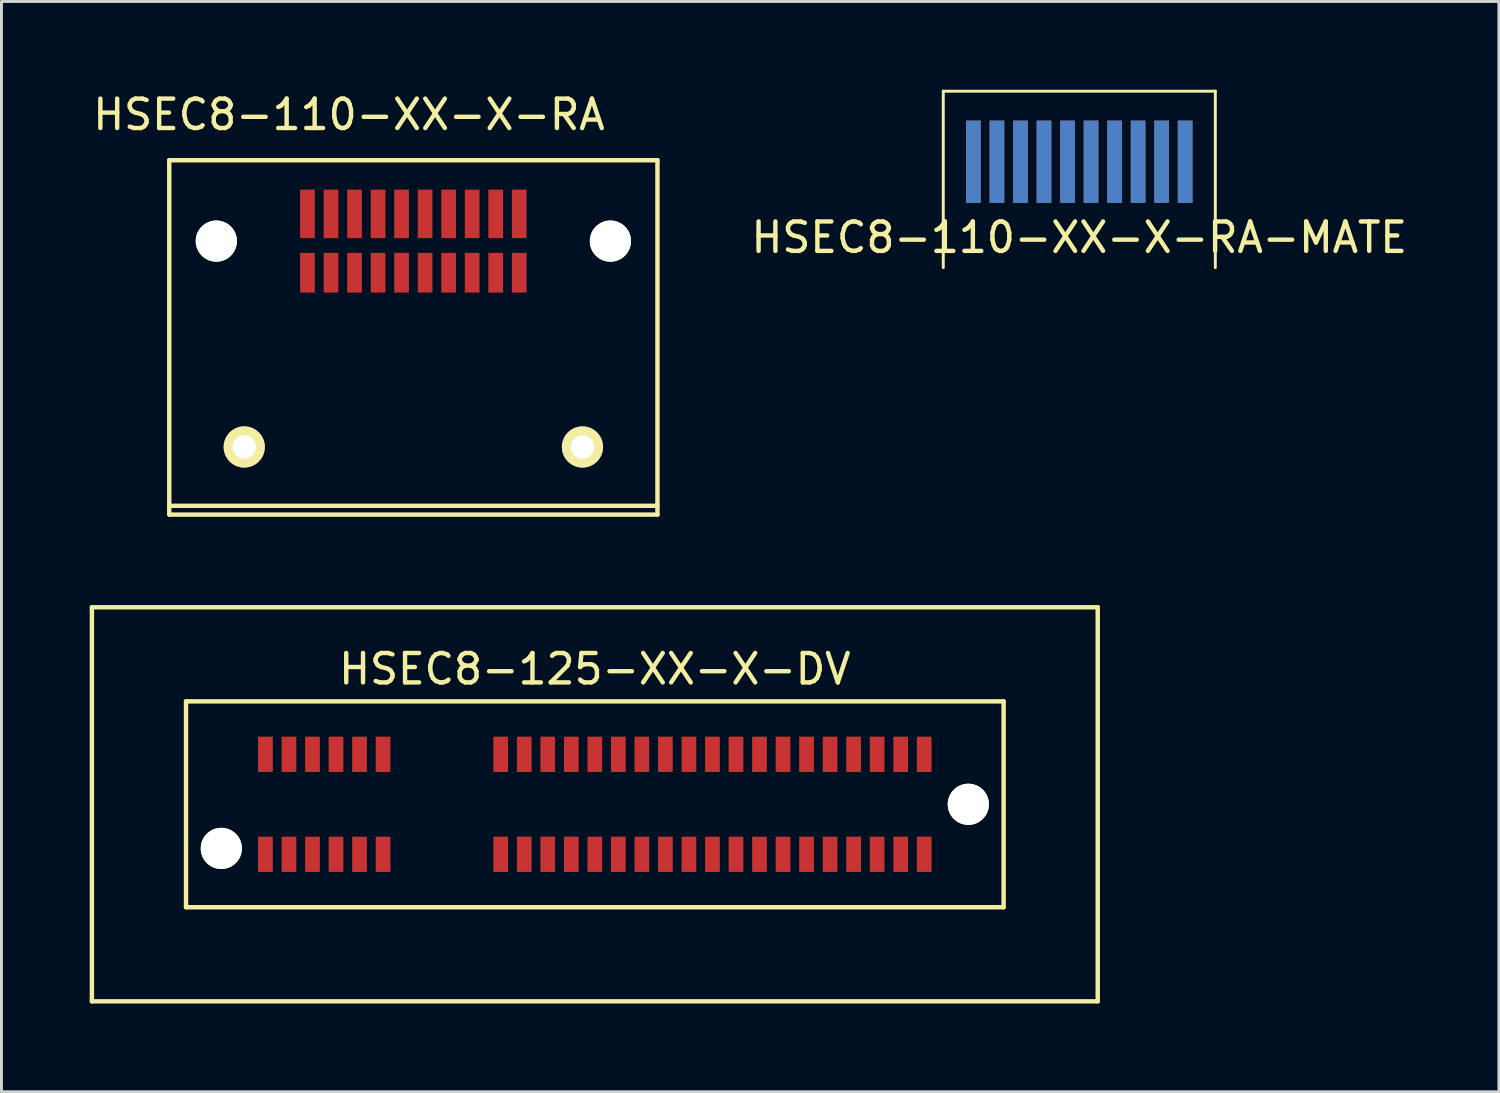
<source format=kicad_pcb>
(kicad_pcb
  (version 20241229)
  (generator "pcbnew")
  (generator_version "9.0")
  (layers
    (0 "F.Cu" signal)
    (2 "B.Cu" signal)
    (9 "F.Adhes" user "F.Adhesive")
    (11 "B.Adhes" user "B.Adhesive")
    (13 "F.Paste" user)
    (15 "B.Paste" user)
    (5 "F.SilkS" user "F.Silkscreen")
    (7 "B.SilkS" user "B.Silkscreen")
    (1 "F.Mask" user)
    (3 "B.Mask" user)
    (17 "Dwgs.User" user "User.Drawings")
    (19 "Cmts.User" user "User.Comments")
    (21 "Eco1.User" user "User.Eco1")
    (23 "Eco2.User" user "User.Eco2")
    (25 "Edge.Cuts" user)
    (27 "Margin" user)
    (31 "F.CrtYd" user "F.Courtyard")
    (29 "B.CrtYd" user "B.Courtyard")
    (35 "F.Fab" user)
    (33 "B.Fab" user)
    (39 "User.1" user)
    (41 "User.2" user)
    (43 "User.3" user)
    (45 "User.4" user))
  (footprint "HSEC8-110-XX-X-RA-MATE"
    (layer "F.Cu")
    (at 33.648 3.85)
    (property "Reference" "HSEC8-110-XX-X-RA-MATE" (at 0 1.175 0) (layer "F.SilkS") (effects (font (size 1 1) (thickness 0.15))))
    (attr through_hole)
    (fp_line (start -4.625 -3.8) (end -4.625 2.2) (stroke (width 0.1) (type solid)) (layer "F.SilkS"))
    (fp_line (start -4.625 -3.8) (end 4.625 -3.8) (stroke (width 0.1) (type solid)) (layer "F.SilkS"))
    (fp_line (start 4.625 -3.8) (end 4.625 2.2) (stroke (width 0.1) (type solid)) (layer "F.SilkS"))
    (pad "1" smd rect (at -3.6 -1.4) (size 0.5 2.8) (layers "B.Cu" "B.Mask" "B.Paste"))
    (pad "2" smd rect (at -3.6 -1.4) (size 0.5 2.8) (layers "F.Cu" "F.Mask" "F.Paste"))
    (pad "3" smd rect (at -2.8 -1.4) (size 0.5 2.8) (layers "B.Cu" "B.Mask" "B.Paste"))
    (pad "4" smd rect (at -2.8 -1.4) (size 0.5 2.8) (layers "F.Cu" "F.Mask" "F.Paste"))
    (pad "5" smd rect (at -2 -1.4) (size 0.5 2.8) (layers "B.Cu" "B.Mask" "B.Paste"))
    (pad "6" smd rect (at -2 -1.4) (size 0.5 2.8) (layers "F.Cu" "F.Mask" "F.Paste"))
    (pad "7" smd rect (at -1.2 -1.4) (size 0.5 2.8) (layers "B.Cu" "B.Mask" "B.Paste"))
    (pad "8" smd rect (at -1.2 -1.4) (size 0.5 2.8) (layers "F.Cu" "F.Mask" "F.Paste"))
    (pad "9" smd rect (at -0.4 -1.4) (size 0.5 2.8) (layers "B.Cu" "B.Mask" "B.Paste"))
    (pad "10" smd rect (at -0.4 -1.4) (size 0.5 2.8) (layers "F.Cu" "F.Mask" "F.Paste"))
    (pad "11" smd rect (at 0.4 -1.4) (size 0.5 2.8) (layers "B.Cu" "B.Mask" "B.Paste"))
    (pad "12" smd rect (at 0.4 -1.4) (size 0.5 2.8) (layers "F.Cu" "F.Mask" "F.Paste"))
    (pad "13" smd rect (at 1.2 -1.4) (size 0.5 2.8) (layers "B.Cu" "B.Mask" "B.Paste"))
    (pad "14" smd rect (at 1.2 -1.4) (size 0.5 2.8) (layers "F.Cu" "F.Mask" "F.Paste"))
    (pad "15" smd rect (at 2 -1.4) (size 0.5 2.8) (layers "B.Cu" "B.Mask" "B.Paste"))
    (pad "16" smd rect (at 2 -1.4) (size 0.5 2.8) (layers "F.Cu" "F.Mask" "F.Paste"))
    (pad "17" smd rect (at 2.8 -1.4) (size 0.5 2.8) (layers "B.Cu" "B.Mask" "B.Paste"))
    (pad "18" smd rect (at 2.8 -1.4) (size 0.5 2.8) (layers "F.Cu" "F.Mask" "F.Paste"))
    (pad "19" smd rect (at 3.6 -1.4) (size 0.5 2.8) (layers "B.Cu" "B.Mask" "B.Paste"))
    (pad "20" smd rect (at 3.6 -1.4) (size 0.5 2.8) (layers "F.Cu" "F.Mask" "F.Paste")))
  (footprint "HSEC8-110-XX-X-RA"
    (layer "F.Cu")
    (at 11.005 5.148)
    (property "Reference" "HSEC8-110-XX-X-RA" (at -2.19 -4.3 0) (layer "F.SilkS") (effects (font (size 1 1) (thickness 0.15))))
    (attr through_hole)
    (fp_line (start -8.3 -2.75) (end -8.3 9.3) (stroke (width 0.15) (type solid)) (layer "F.SilkS"))
    (fp_line (start -8.3 -2.75) (end 8.3 -2.75) (stroke (width 0.15) (type solid)) (layer "F.SilkS"))
    (fp_line (start -8.3 9) (end 8.3 9) (stroke (width 0.15) (type solid)) (layer "F.SilkS"))
    (fp_line (start -8.3 9.3) (end 8.3 9.3) (stroke (width 0.15) (type solid)) (layer "F.SilkS"))
    (fp_line (start 8.3 9.3) (end 8.3 -2.75) (stroke (width 0.15) (type solid)) (layer "F.SilkS"))
    (pad "" np_thru_hole circle (at -6.7 0) (size 1.4 1.4) (drill 1.4) (layers "*.Cu" "*.Mask" "F.SilkS"))
    (pad "" thru_hole circle (at -5.75 7) (size 1.4 1.4) (drill 0.8) (layers "*.Cu" "*.Mask" "F.SilkS"))
    (pad "" thru_hole circle (at 5.75 7) (size 1.4 1.4) (drill 0.8) (layers "*.Cu" "*.Mask" "F.SilkS"))
    (pad "" np_thru_hole circle (at 6.7 0) (size 1.4 1.4) (drill 1.4) (layers "*.Cu" "*.Mask" "F.SilkS"))
    (pad "1" smd rect (at -3.6 1.075) (size 0.5 1.35) (layers "F.Cu" "F.Mask" "F.Paste"))
    (pad "2" smd rect (at -3.6 -0.925) (size 0.5 1.65) (layers "F.Cu" "F.Mask" "F.Paste"))
    (pad "3" smd rect (at -2.8 1.075) (size 0.5 1.35) (layers "F.Cu" "F.Mask" "F.Paste"))
    (pad "4" smd rect (at -2.8 -0.925) (size 0.5 1.65) (layers "F.Cu" "F.Mask" "F.Paste"))
    (pad "5" smd rect (at -2 1.075) (size 0.5 1.35) (layers "F.Cu" "F.Mask" "F.Paste"))
    (pad "6" smd rect (at -2 -0.925) (size 0.5 1.65) (layers "F.Cu" "F.Mask" "F.Paste"))
    (pad "7" smd rect (at -1.2 1.075) (size 0.5 1.35) (layers "F.Cu" "F.Mask" "F.Paste"))
    (pad "8" smd rect (at -1.2 -0.925) (size 0.5 1.65) (layers "F.Cu" "F.Mask" "F.Paste"))
    (pad "9" smd rect (at -0.4 1.075) (size 0.5 1.35) (layers "F.Cu" "F.Mask" "F.Paste"))
    (pad "10" smd rect (at -0.4 -0.925) (size 0.5 1.65) (layers "F.Cu" "F.Mask" "F.Paste"))
    (pad "11" smd rect (at 0.4 1.075) (size 0.5 1.35) (layers "F.Cu" "F.Mask" "F.Paste"))
    (pad "12" smd rect (at 0.4 -0.925) (size 0.5 1.65) (layers "F.Cu" "F.Mask" "F.Paste"))
    (pad "13" smd rect (at 1.2 1.075) (size 0.5 1.35) (layers "F.Cu" "F.Mask" "F.Paste"))
    (pad "14" smd rect (at 1.2 -0.925) (size 0.5 1.65) (layers "F.Cu" "F.Mask" "F.Paste"))
    (pad "15" smd rect (at 2 1.075) (size 0.5 1.35) (layers "F.Cu" "F.Mask" "F.Paste"))
    (pad "16" smd rect (at 2 -0.925) (size 0.5 1.65) (layers "F.Cu" "F.Mask" "F.Paste"))
    (pad "17" smd rect (at 2.8 1.075) (size 0.5 1.35) (layers "F.Cu" "F.Mask" "F.Paste"))
    (pad "18" smd rect (at 2.8 -0.925) (size 0.5 1.65) (layers "F.Cu" "F.Mask" "F.Paste"))
    (pad "19" smd rect (at 3.6 1.075) (size 0.5 1.35) (layers "F.Cu" "F.Mask" "F.Paste"))
    (pad "20" smd rect (at 3.6 -0.925) (size 0.5 1.65) (layers "F.Cu" "F.Mask" "F.Paste")))
  (footprint "HSEC8-125-XX-X-DV"
    (layer "F.Cu")
    (at 17.175 24.298)
    (property "Reference" "HSEC8-125-XX-X-DV" (at 0 -4.6 0) (layer "F.SilkS") (effects (font (size 1 1) (thickness 0.15))))
    (attr through_hole)
    (fp_line (start -17.1 -6.7) (end -17.1 6.7) (stroke (width 0.15) (type solid)) (layer "F.SilkS"))
    (fp_line (start -17.1 -6.7) (end 17.1 -6.7) (stroke (width 0.15) (type solid)) (layer "F.SilkS"))
    (fp_line (start -17.1 6.7) (end 17.1 6.7) (stroke (width 0.15) (type solid)) (layer "F.SilkS"))
    (fp_line (start -13.9 -3.5) (end -13.9 3.5) (stroke (width 0.15) (type solid)) (layer "F.SilkS"))
    (fp_line (start -13.9 -3.5) (end 13.9 -3.5) (stroke (width 0.15) (type solid)) (layer "F.SilkS"))
    (fp_line (start -13.9 3.5) (end 13.9 3.5) (stroke (width 0.15) (type solid)) (layer "F.SilkS"))
    (fp_line (start 13.9 -3.5) (end 13.9 3.5) (stroke (width 0.15) (type solid)) (layer "F.SilkS"))
    (fp_line (start 17.1 -6.7) (end 17.1 6.7) (stroke (width 0.15) (type solid)) (layer "F.SilkS"))
    (pad "" np_thru_hole circle (at -12.7 1.5) (size 1.4 1.4) (drill 1.4) (layers "*.Cu" "*.Mask" "F.SilkS"))
    (pad "" np_thru_hole circle (at 12.7 0) (size 1.4 1.4) (drill 1.4) (layers "*.Cu" "*.Mask" "F.SilkS"))
    (pad "1" smd rect (at -11.2 1.7) (size 0.5 1.2) (layers "F.Cu" "F.Mask" "F.Paste"))
    (pad "2" smd rect (at -11.2 -1.7) (size 0.5 1.2) (layers "F.Cu" "F.Mask" "F.Paste"))
    (pad "3" smd rect (at -10.4 1.7) (size 0.5 1.2) (layers "F.Cu" "F.Mask" "F.Paste"))
    (pad "4" smd rect (at -10.4 -1.7) (size 0.5 1.2) (layers "F.Cu" "F.Mask" "F.Paste"))
    (pad "5" smd rect (at -9.6 1.7) (size 0.5 1.2) (layers "F.Cu" "F.Mask" "F.Paste"))
    (pad "6" smd rect (at -9.6 -1.7) (size 0.5 1.2) (layers "F.Cu" "F.Mask" "F.Paste"))
    (pad "7" smd rect (at -8.8 1.7) (size 0.5 1.2) (layers "F.Cu" "F.Mask" "F.Paste"))
    (pad "8" smd rect (at -8.8 -1.7) (size 0.5 1.2) (layers "F.Cu" "F.Mask" "F.Paste"))
    (pad "9" smd rect (at -8 1.7) (size 0.5 1.2) (layers "F.Cu" "F.Mask" "F.Paste"))
    (pad "10" smd rect (at -8 -1.7) (size 0.5 1.2) (layers "F.Cu" "F.Mask" "F.Paste"))
    (pad "11" smd rect (at -7.2 1.7) (size 0.5 1.2) (layers "F.Cu" "F.Mask" "F.Paste"))
    (pad "12" smd rect (at -7.2 -1.7) (size 0.5 1.2) (layers "F.Cu" "F.Mask" "F.Paste"))
    (pad "13" smd rect (at -3.2 1.7) (size 0.5 1.2) (layers "F.Cu" "F.Mask" "F.Paste"))
    (pad "14" smd rect (at -3.2 -1.7) (size 0.5 1.2) (layers "F.Cu" "F.Mask" "F.Paste"))
    (pad "15" smd rect (at -2.4 1.7) (size 0.5 1.2) (layers "F.Cu" "F.Mask" "F.Paste"))
    (pad "16" smd rect (at -2.4 -1.7) (size 0.5 1.2) (layers "F.Cu" "F.Mask" "F.Paste"))
    (pad "17" smd rect (at -1.6 1.7) (size 0.5 1.2) (layers "F.Cu" "F.Mask" "F.Paste"))
    (pad "18" smd rect (at -1.6 -1.7) (size 0.5 1.2) (layers "F.Cu" "F.Mask" "F.Paste"))
    (pad "19" smd rect (at -0.8 1.7) (size 0.5 1.2) (layers "F.Cu" "F.Mask" "F.Paste"))
    (pad "20" smd rect (at -0.8 -1.7) (size 0.5 1.2) (layers "F.Cu" "F.Mask" "F.Paste"))
    (pad "21" smd rect (at 0 1.7) (size 0.5 1.2) (layers "F.Cu" "F.Mask" "F.Paste"))
    (pad "22" smd rect (at 0 -1.7) (size 0.5 1.2) (layers "F.Cu" "F.Mask" "F.Paste"))
    (pad "23" smd rect (at 0.8 1.7) (size 0.5 1.2) (layers "F.Cu" "F.Mask" "F.Paste"))
    (pad "24" smd rect (at 0.8 -1.7) (size 0.5 1.2) (layers "F.Cu" "F.Mask" "F.Paste"))
    (pad "25" smd rect (at 1.6 1.7) (size 0.5 1.2) (layers "F.Cu" "F.Mask" "F.Paste"))
    (pad "26" smd rect (at 1.6 -1.7) (size 0.5 1.2) (layers "F.Cu" "F.Mask" "F.Paste"))
    (pad "27" smd rect (at 2.4 1.7) (size 0.5 1.2) (layers "F.Cu" "F.Mask" "F.Paste"))
    (pad "28" smd rect (at 2.4 -1.7) (size 0.5 1.2) (layers "F.Cu" "F.Mask" "F.Paste"))
    (pad "29" smd rect (at 3.2 1.7) (size 0.5 1.2) (layers "F.Cu" "F.Mask" "F.Paste"))
    (pad "30" smd rect (at 3.2 -1.7) (size 0.5 1.2) (layers "F.Cu" "F.Mask" "F.Paste"))
    (pad "31" smd rect (at 4 1.7) (size 0.5 1.2) (layers "F.Cu" "F.Mask" "F.Paste"))
    (pad "32" smd rect (at 4 -1.7) (size 0.5 1.2) (layers "F.Cu" "F.Mask" "F.Paste"))
    (pad "33" smd rect (at 4.8 1.7) (size 0.5 1.2) (layers "F.Cu" "F.Mask" "F.Paste"))
    (pad "34" smd rect (at 4.8 -1.7) (size 0.5 1.2) (layers "F.Cu" "F.Mask" "F.Paste"))
    (pad "35" smd rect (at 5.6 1.7) (size 0.5 1.2) (layers "F.Cu" "F.Mask" "F.Paste"))
    (pad "36" smd rect (at 5.6 -1.7) (size 0.5 1.2) (layers "F.Cu" "F.Mask" "F.Paste"))
    (pad "37" smd rect (at 6.4 1.7) (size 0.5 1.2) (layers "F.Cu" "F.Mask" "F.Paste"))
    (pad "38" smd rect (at 6.4 -1.7) (size 0.5 1.2) (layers "F.Cu" "F.Mask" "F.Paste"))
    (pad "39" smd rect (at 7.2 1.7) (size 0.5 1.2) (layers "F.Cu" "F.Mask" "F.Paste"))
    (pad "40" smd rect (at 7.2 -1.7) (size 0.5 1.2) (layers "F.Cu" "F.Mask" "F.Paste"))
    (pad "41" smd rect (at 8 1.7) (size 0.5 1.2) (layers "F.Cu" "F.Mask" "F.Paste"))
    (pad "42" smd rect (at 8 -1.7) (size 0.5 1.2) (layers "F.Cu" "F.Mask" "F.Paste"))
    (pad "43" smd rect (at 8.8 1.7) (size 0.5 1.2) (layers "F.Cu" "F.Mask" "F.Paste"))
    (pad "44" smd rect (at 8.8 -1.7) (size 0.5 1.2) (layers "F.Cu" "F.Mask" "F.Paste"))
    (pad "45" smd rect (at 9.6 1.7) (size 0.5 1.2) (layers "F.Cu" "F.Mask" "F.Paste"))
    (pad "46" smd rect (at 9.6 -1.7) (size 0.5 1.2) (layers "F.Cu" "F.Mask" "F.Paste"))
    (pad "47" smd rect (at 10.4 1.7) (size 0.5 1.2) (layers "F.Cu" "F.Mask" "F.Paste"))
    (pad "48" smd rect (at 10.4 -1.7) (size 0.5 1.2) (layers "F.Cu" "F.Mask" "F.Paste"))
    (pad "49" smd rect (at 11.2 1.7) (size 0.5 1.2) (layers "F.Cu" "F.Mask" "F.Paste"))
    (pad "50" smd rect (at 11.2 -1.7) (size 0.5 1.2) (layers "F.Cu" "F.Mask" "F.Paste")))
  (gr_rect
    (start -3 -3)
    (end 47.916 34.073)
    (stroke (width 0.1) (type default))
    (fill no)
    (layer "Edge.Cuts")))
</source>
